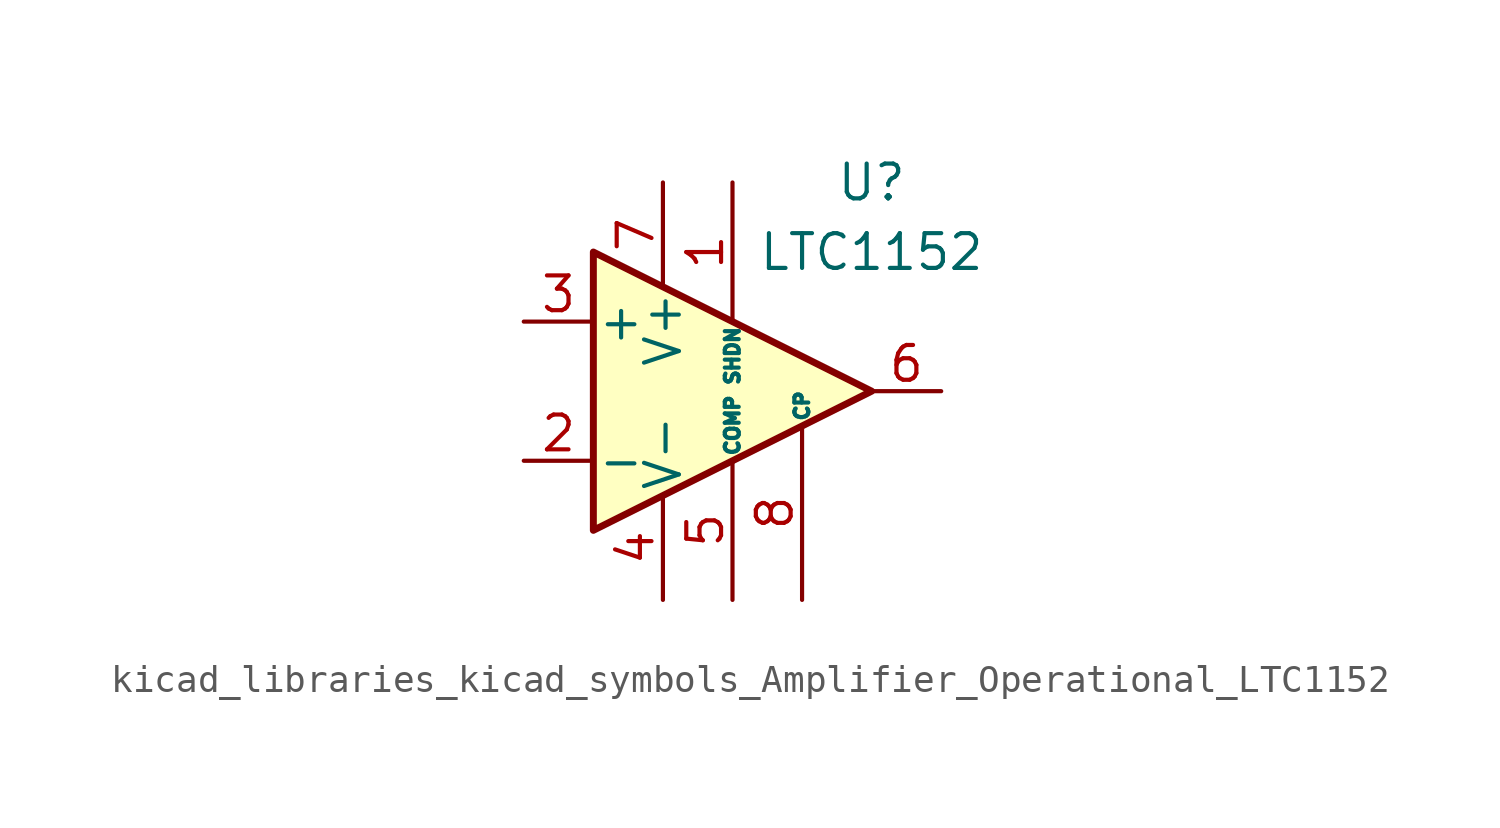
<source format=kicad_sym>
(kicad_symbol_lib
  (version 20220914)
  (generator kicad_symbol_editor)
  (symbol "kicad_libraries_kicad_symbols_Amplifier_Operational_LTC1152"
    (pin_names
      (offset 0.127))
    (property "Reference" "U"
      (at 5.08 7.62 0)
      (effects (font (size 1.27 1.27))))
    (property "Value" "LTC1152"
      (at 5.08 5.08 0)
      (effects (font (size 1.27 1.27))))
    (symbol "kicad_libraries_kicad_symbols_Amplifier_Operational_LTC1152_0_1"
      (polyline (pts (xy -5.08 5.08) (xy -5.08 -5.08) (xy 5.08 0) (xy -5.08 5.08)) (stroke (width 0.254) (type default)) (fill (type background))))
    (symbol "kicad_libraries_kicad_symbols_Amplifier_Operational_LTC1152_1_1"
      (pin input line (at 0 7.62 270) (length 5.08) (name "SHDN" (effects (font (size 0.508 0.508)))) (number "1" (effects (font (size 1.27 1.27)))))
      (pin input line (at -7.62 -2.54 0) (length 2.54) (name "-" (effects (font (size 1.27 1.27)))) (number "2" (effects (font (size 1.27 1.27)))))
      (pin input line (at -7.62 2.54 0) (length 2.54) (name "+" (effects (font (size 1.27 1.27)))) (number "3" (effects (font (size 1.27 1.27)))))
      (pin power_in line (at -2.54 -7.62 90) (length 3.81) (name "V-" (effects (font (size 1.27 1.27)))) (number "4" (effects (font (size 1.27 1.27)))))
      (pin input line (at 0 -7.62 90) (length 5.08) (name "COMP" (effects (font (size 0.508 0.508)))) (number "5" (effects (font (size 1.27 1.27)))))
      (pin output line (at 7.62 0 180) (length 2.54) (name "~" (effects (font (size 1.27 1.27)))) (number "6" (effects (font (size 1.27 1.27)))))
      (pin power_in line (at -2.54 7.62 270) (length 3.81) (name "V+" (effects (font (size 1.27 1.27)))) (number "7" (effects (font (size 1.27 1.27)))))
      (pin output line (at 2.54 -7.62 90) (length 6.35) (name "CP" (effects (font (size 0.508 0.508)))) (number "8" (effects (font (size 1.27 1.27))))))))
</source>
